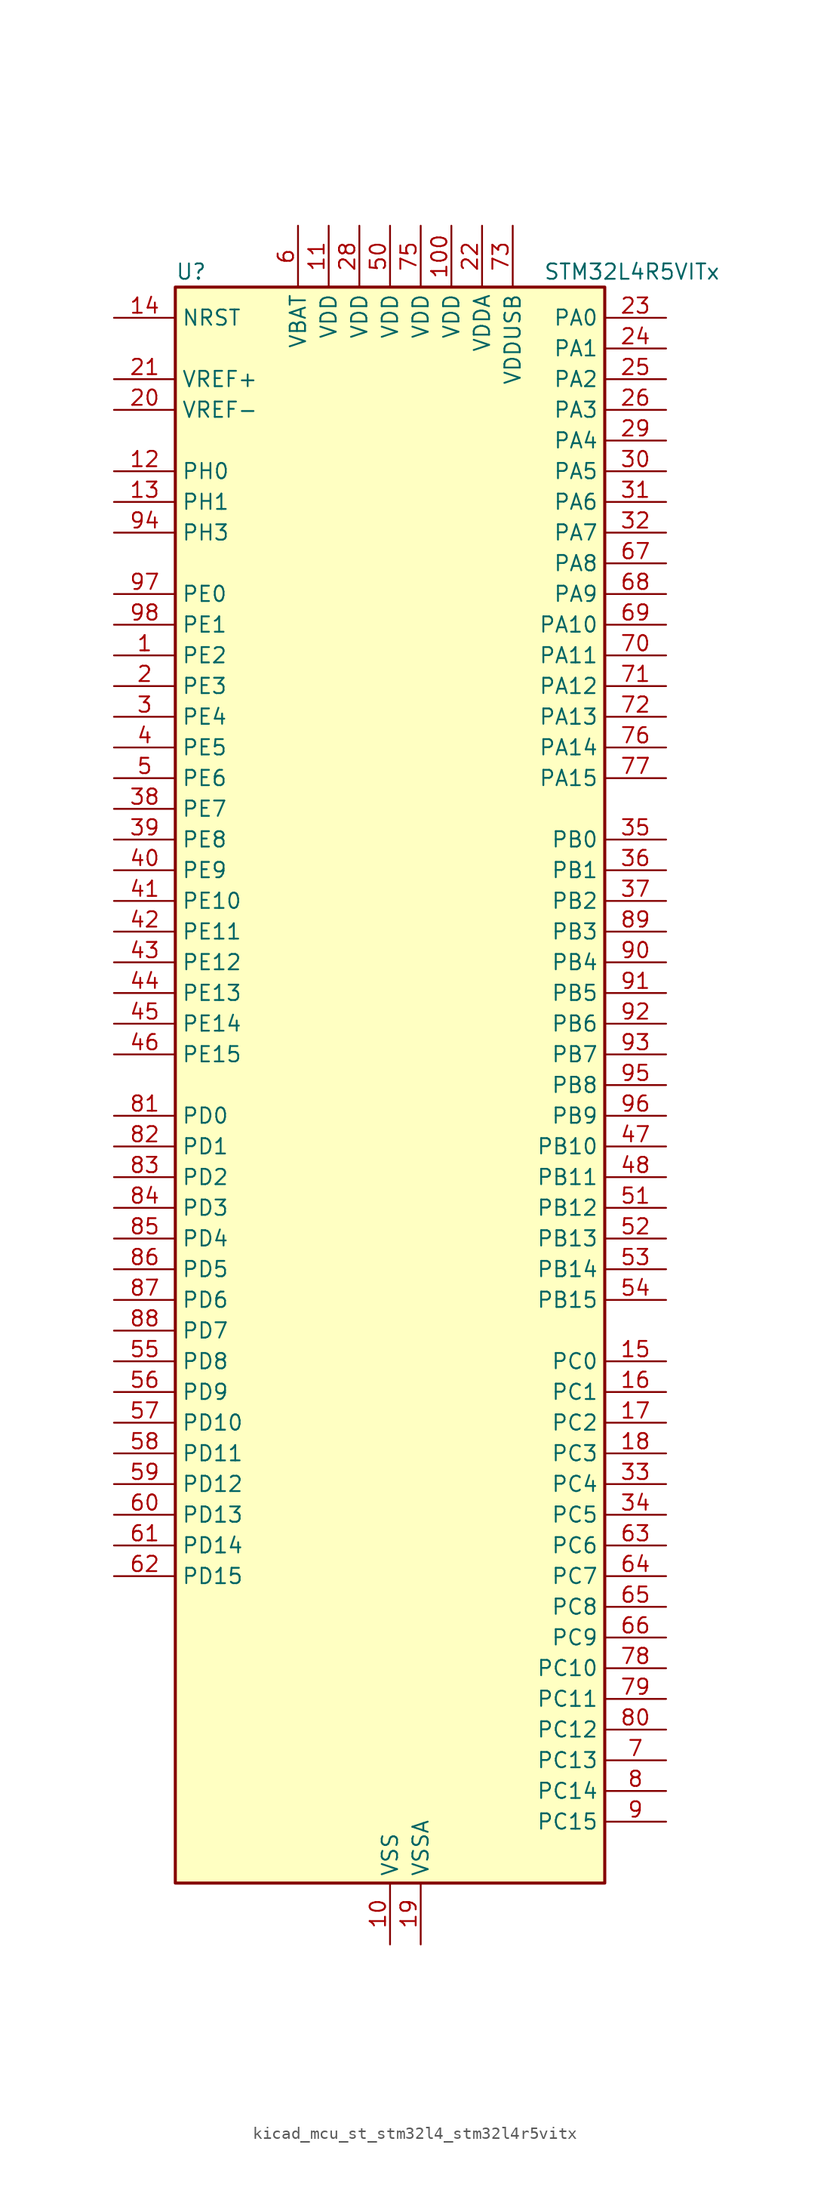
<source format=kicad_sym>
(kicad_symbol_lib
  (version 20220914)
  (generator kicad_symbol_editor)
  (symbol "kicad_mcu_st_stm32l4_stm32l4r5vitx"
    (property "Reference" "U"
      (at -17.78 67.31 0)
      (effects (font (size 1.27 1.27)) (justify left)))
    (property "Value" "STM32L4R5VITx"
      (at 12.7 67.31 0)
      (effects (font (size 1.27 1.27)) (justify left)))
    (property "ki_locked" ""
      (at 0 0 0)
      (effects (font (size 1.27 1.27))))
    (symbol "kicad_mcu_st_stm32l4_stm32l4r5vitx_0_1"
      (rectangle (start -17.78 -66.04) (end 17.78 66.04) (stroke (width 0.254) (type default)) (fill (type background))))
    (symbol "kicad_mcu_st_stm32l4_stm32l4r5vitx_1_1"
      (pin bidirectional line (at -22.86 35.56 0) (length 5.08) (name "PE2" (effects (font (size 1.27 1.27)))) (number "1" (effects (font (size 1.27 1.27)))) (alternate "FMC_A23" bidirectional line) (alternate "SAI1_CK1" bidirectional line) (alternate "SAI1_MCLK_A" bidirectional line) (alternate "SYS_TRACECLK" bidirectional line) (alternate "TIM3_ETR" bidirectional line) (alternate "TSC_G7_IO1" bidirectional line))
      (pin power_in line (at 0 -71.12 90) (length 5.08) (name "VSS" (effects (font (size 1.27 1.27)))) (number "10" (effects (font (size 1.27 1.27)))))
      (pin power_in line (at 5.08 71.12 270) (length 5.08) (name "VDD" (effects (font (size 1.27 1.27)))) (number "100" (effects (font (size 1.27 1.27)))))
      (pin power_in line (at -5.08 71.12 270) (length 5.08) (name "VDD" (effects (font (size 1.27 1.27)))) (number "11" (effects (font (size 1.27 1.27)))))
      (pin bidirectional line (at -22.86 50.8 0) (length 5.08) (name "PH0" (effects (font (size 1.27 1.27)))) (number "12" (effects (font (size 1.27 1.27)))) (alternate "RCC_OSC_IN" bidirectional line))
      (pin bidirectional line (at -22.86 48.26 0) (length 5.08) (name "PH1" (effects (font (size 1.27 1.27)))) (number "13" (effects (font (size 1.27 1.27)))) (alternate "RCC_OSC_OUT" bidirectional line))
      (pin input line (at -22.86 63.5 0) (length 5.08) (name "NRST" (effects (font (size 1.27 1.27)))) (number "14" (effects (font (size 1.27 1.27)))))
      (pin bidirectional line (at 22.86 -22.86 180) (length 5.08) (name "PC0" (effects (font (size 1.27 1.27)))) (number "15" (effects (font (size 1.27 1.27)))) (alternate "ADC1_IN1" bidirectional line) (alternate "DFSDM1_DATIN4" bidirectional line) (alternate "I2C3_SCL" bidirectional line) (alternate "LPTIM1_IN1" bidirectional line) (alternate "LPTIM2_IN1" bidirectional line) (alternate "LPUART1_RX" bidirectional line) (alternate "SAI2_FS_A" bidirectional line))
      (pin bidirectional line (at 22.86 -25.4 180) (length 5.08) (name "PC1" (effects (font (size 1.27 1.27)))) (number "16" (effects (font (size 1.27 1.27)))) (alternate "ADC1_IN2" bidirectional line) (alternate "DFSDM1_CKIN4" bidirectional line) (alternate "I2C3_SDA" bidirectional line) (alternate "LPTIM1_OUT" bidirectional line) (alternate "LPUART1_TX" bidirectional line) (alternate "OCTOSPIM_P1_IO4" bidirectional line) (alternate "SAI1_SD_A" bidirectional line) (alternate "SPI2_MOSI" bidirectional line) (alternate "SYS_TRACED0" bidirectional line))
      (pin bidirectional line (at 22.86 -27.94 180) (length 5.08) (name "PC2" (effects (font (size 1.27 1.27)))) (number "17" (effects (font (size 1.27 1.27)))) (alternate "ADC1_IN3" bidirectional line) (alternate "DFSDM1_CKOUT" bidirectional line) (alternate "LPTIM1_IN2" bidirectional line) (alternate "OCTOSPIM_P1_IO5" bidirectional line) (alternate "SPI2_MISO" bidirectional line))
      (pin bidirectional line (at 22.86 -30.48 180) (length 5.08) (name "PC3" (effects (font (size 1.27 1.27)))) (number "18" (effects (font (size 1.27 1.27)))) (alternate "ADC1_IN4" bidirectional line) (alternate "LPTIM1_ETR" bidirectional line) (alternate "LPTIM2_ETR" bidirectional line) (alternate "OCTOSPIM_P1_IO6" bidirectional line) (alternate "SAI1_D1" bidirectional line) (alternate "SAI1_SD_A" bidirectional line) (alternate "SPI2_MOSI" bidirectional line))
      (pin power_in line (at 2.54 -71.12 90) (length 5.08) (name "VSSA" (effects (font (size 1.27 1.27)))) (number "19" (effects (font (size 1.27 1.27)))))
      (pin bidirectional line (at -22.86 33.02 0) (length 5.08) (name "PE3" (effects (font (size 1.27 1.27)))) (number "2" (effects (font (size 1.27 1.27)))) (alternate "FMC_A19" bidirectional line) (alternate "OCTOSPIM_P1_DQS" bidirectional line) (alternate "SAI1_SD_B" bidirectional line) (alternate "SYS_TRACED0" bidirectional line) (alternate "TIM3_CH1" bidirectional line) (alternate "TSC_G7_IO2" bidirectional line))
      (pin input line (at -22.86 55.88 0) (length 5.08) (name "VREF-" (effects (font (size 1.27 1.27)))) (number "20" (effects (font (size 1.27 1.27)))))
      (pin input line (at -22.86 58.42 0) (length 5.08) (name "VREF+" (effects (font (size 1.27 1.27)))) (number "21" (effects (font (size 1.27 1.27)))) (alternate "VREFBUF_OUT" bidirectional line))
      (pin power_in line (at 7.62 71.12 270) (length 5.08) (name "VDDA" (effects (font (size 1.27 1.27)))) (number "22" (effects (font (size 1.27 1.27)))))
      (pin bidirectional line (at 22.86 63.5 180) (length 5.08) (name "PA0" (effects (font (size 1.27 1.27)))) (number "23" (effects (font (size 1.27 1.27)))) (alternate "ADC1_IN5" bidirectional line) (alternate "OPAMP1_VINP" bidirectional line) (alternate "RTC_TAMP2" bidirectional line) (alternate "SAI1_EXTCLK" bidirectional line) (alternate "SYS_WKUP1" bidirectional line) (alternate "TIM2_CH1" bidirectional line) (alternate "TIM2_ETR" bidirectional line) (alternate "TIM5_CH1" bidirectional line) (alternate "TIM8_ETR" bidirectional line) (alternate "UART4_TX" bidirectional line) (alternate "USART2_CTS" bidirectional line) (alternate "USART2_NSS" bidirectional line))
      (pin bidirectional line (at 22.86 60.96 180) (length 5.08) (name "PA1" (effects (font (size 1.27 1.27)))) (number "24" (effects (font (size 1.27 1.27)))) (alternate "ADC1_IN6" bidirectional line) (alternate "I2C1_SMBA" bidirectional line) (alternate "OCTOSPIM_P1_DQS" bidirectional line) (alternate "OPAMP1_VINM" bidirectional line) (alternate "SPI1_SCK" bidirectional line) (alternate "TIM15_CH1N" bidirectional line) (alternate "TIM2_CH2" bidirectional line) (alternate "TIM5_CH2" bidirectional line) (alternate "UART4_RX" bidirectional line) (alternate "USART2_DE" bidirectional line) (alternate "USART2_RTS" bidirectional line))
      (pin bidirectional line (at 22.86 58.42 180) (length 5.08) (name "PA2" (effects (font (size 1.27 1.27)))) (number "25" (effects (font (size 1.27 1.27)))) (alternate "ADC1_IN7" bidirectional line) (alternate "LPUART1_TX" bidirectional line) (alternate "OCTOSPIM_P1_NCS" bidirectional line) (alternate "RCC_LSCO" bidirectional line) (alternate "SAI2_EXTCLK" bidirectional line) (alternate "SYS_WKUP4" bidirectional line) (alternate "TIM15_CH1" bidirectional line) (alternate "TIM2_CH3" bidirectional line) (alternate "TIM5_CH3" bidirectional line) (alternate "USART2_TX" bidirectional line))
      (pin bidirectional line (at 22.86 55.88 180) (length 5.08) (name "PA3" (effects (font (size 1.27 1.27)))) (number "26" (effects (font (size 1.27 1.27)))) (alternate "ADC1_IN8" bidirectional line) (alternate "LPUART1_RX" bidirectional line) (alternate "OCTOSPIM_P1_CLK" bidirectional line) (alternate "OPAMP1_VOUT" bidirectional line) (alternate "SAI1_CK1" bidirectional line) (alternate "SAI1_MCLK_A" bidirectional line) (alternate "TIM15_CH2" bidirectional line) (alternate "TIM2_CH4" bidirectional line) (alternate "TIM5_CH4" bidirectional line) (alternate "USART2_RX" bidirectional line))
      (pin passive line (at 0 -71.12 90) (length 5.08) hide (name "VSS" (effects (font (size 1.27 1.27)))) (number "27" (effects (font (size 1.27 1.27)))))
      (pin power_in line (at -2.54 71.12 270) (length 5.08) (name "VDD" (effects (font (size 1.27 1.27)))) (number "28" (effects (font (size 1.27 1.27)))))
      (pin bidirectional line (at 22.86 53.34 180) (length 5.08) (name "PA4" (effects (font (size 1.27 1.27)))) (number "29" (effects (font (size 1.27 1.27)))) (alternate "ADC1_IN9" bidirectional line) (alternate "DAC1_OUT1" bidirectional line) (alternate "DCMI_HSYNC" bidirectional line) (alternate "LPTIM2_OUT" bidirectional line) (alternate "OCTOSPIM_P1_NCS" bidirectional line) (alternate "SAI1_FS_B" bidirectional line) (alternate "SPI1_NSS" bidirectional line) (alternate "SPI3_NSS" bidirectional line) (alternate "USART2_CK" bidirectional line))
      (pin bidirectional line (at -22.86 30.48 0) (length 5.08) (name "PE4" (effects (font (size 1.27 1.27)))) (number "3" (effects (font (size 1.27 1.27)))) (alternate "DCMI_D4" bidirectional line) (alternate "DFSDM1_DATIN3" bidirectional line) (alternate "FMC_A20" bidirectional line) (alternate "SAI1_D2" bidirectional line) (alternate "SAI1_FS_A" bidirectional line) (alternate "SYS_TRACED1" bidirectional line) (alternate "TIM3_CH2" bidirectional line) (alternate "TSC_G7_IO3" bidirectional line))
      (pin bidirectional line (at 22.86 50.8 180) (length 5.08) (name "PA5" (effects (font (size 1.27 1.27)))) (number "30" (effects (font (size 1.27 1.27)))) (alternate "ADC1_IN10" bidirectional line) (alternate "DAC1_OUT2" bidirectional line) (alternate "LPTIM2_ETR" bidirectional line) (alternate "SPI1_SCK" bidirectional line) (alternate "TIM2_CH1" bidirectional line) (alternate "TIM2_ETR" bidirectional line) (alternate "TIM8_CH1N" bidirectional line))
      (pin bidirectional line (at 22.86 48.26 180) (length 5.08) (name "PA6" (effects (font (size 1.27 1.27)))) (number "31" (effects (font (size 1.27 1.27)))) (alternate "ADC1_IN11" bidirectional line) (alternate "DCMI_PIXCLK" bidirectional line) (alternate "LPUART1_CTS" bidirectional line) (alternate "OCTOSPIM_P1_IO3" bidirectional line) (alternate "OPAMP2_VINP" bidirectional line) (alternate "SPI1_MISO" bidirectional line) (alternate "TIM16_CH1" bidirectional line) (alternate "TIM1_BKIN" bidirectional line) (alternate "TIM3_CH1" bidirectional line) (alternate "TIM8_BKIN" bidirectional line) (alternate "USART3_CTS" bidirectional line) (alternate "USART3_NSS" bidirectional line))
      (pin bidirectional line (at 22.86 45.72 180) (length 5.08) (name "PA7" (effects (font (size 1.27 1.27)))) (number "32" (effects (font (size 1.27 1.27)))) (alternate "ADC1_IN12" bidirectional line) (alternate "I2C3_SCL" bidirectional line) (alternate "OCTOSPIM_P1_IO2" bidirectional line) (alternate "OPAMP2_VINM" bidirectional line) (alternate "SPI1_MOSI" bidirectional line) (alternate "TIM17_CH1" bidirectional line) (alternate "TIM1_CH1N" bidirectional line) (alternate "TIM3_CH2" bidirectional line) (alternate "TIM8_CH1N" bidirectional line))
      (pin bidirectional line (at 22.86 -33.02 180) (length 5.08) (name "PC4" (effects (font (size 1.27 1.27)))) (number "33" (effects (font (size 1.27 1.27)))) (alternate "ADC1_IN13" bidirectional line) (alternate "COMP1_INM" bidirectional line) (alternate "OCTOSPIM_P1_IO7" bidirectional line) (alternate "USART3_TX" bidirectional line))
      (pin bidirectional line (at 22.86 -35.56 180) (length 5.08) (name "PC5" (effects (font (size 1.27 1.27)))) (number "34" (effects (font (size 1.27 1.27)))) (alternate "ADC1_IN14" bidirectional line) (alternate "COMP1_INP" bidirectional line) (alternate "SAI1_D3" bidirectional line) (alternate "SYS_WKUP5" bidirectional line) (alternate "USART3_RX" bidirectional line))
      (pin bidirectional line (at 22.86 20.32 180) (length 5.08) (name "PB0" (effects (font (size 1.27 1.27)))) (number "35" (effects (font (size 1.27 1.27)))) (alternate "ADC1_IN15" bidirectional line) (alternate "COMP1_OUT" bidirectional line) (alternate "OCTOSPIM_P1_IO1" bidirectional line) (alternate "OPAMP2_VOUT" bidirectional line) (alternate "SAI1_EXTCLK" bidirectional line) (alternate "SPI1_NSS" bidirectional line) (alternate "TIM1_CH2N" bidirectional line) (alternate "TIM3_CH3" bidirectional line) (alternate "TIM8_CH2N" bidirectional line) (alternate "USART3_CK" bidirectional line))
      (pin bidirectional line (at 22.86 17.78 180) (length 5.08) (name "PB1" (effects (font (size 1.27 1.27)))) (number "36" (effects (font (size 1.27 1.27)))) (alternate "ADC1_IN16" bidirectional line) (alternate "COMP1_INM" bidirectional line) (alternate "DFSDM1_DATIN0" bidirectional line) (alternate "LPTIM2_IN1" bidirectional line) (alternate "LPUART1_DE" bidirectional line) (alternate "LPUART1_RTS" bidirectional line) (alternate "OCTOSPIM_P1_IO0" bidirectional line) (alternate "TIM1_CH3N" bidirectional line) (alternate "TIM3_CH4" bidirectional line) (alternate "TIM8_CH3N" bidirectional line) (alternate "USART3_DE" bidirectional line) (alternate "USART3_RTS" bidirectional line))
      (pin bidirectional line (at 22.86 15.24 180) (length 5.08) (name "PB2" (effects (font (size 1.27 1.27)))) (number "37" (effects (font (size 1.27 1.27)))) (alternate "COMP1_INP" bidirectional line) (alternate "DFSDM1_CKIN0" bidirectional line) (alternate "I2C3_SMBA" bidirectional line) (alternate "LPTIM1_OUT" bidirectional line) (alternate "OCTOSPIM_P1_DQS" bidirectional line) (alternate "RTC_OUT_ALARM" bidirectional line) (alternate "RTC_OUT_CALIB" bidirectional line))
      (pin bidirectional line (at -22.86 22.86 0) (length 5.08) (name "PE7" (effects (font (size 1.27 1.27)))) (number "38" (effects (font (size 1.27 1.27)))) (alternate "DFSDM1_DATIN2" bidirectional line) (alternate "FMC_D4" bidirectional line) (alternate "FMC_DA4" bidirectional line) (alternate "SAI1_SD_B" bidirectional line) (alternate "TIM1_ETR" bidirectional line))
      (pin bidirectional line (at -22.86 20.32 0) (length 5.08) (name "PE8" (effects (font (size 1.27 1.27)))) (number "39" (effects (font (size 1.27 1.27)))) (alternate "DFSDM1_CKIN2" bidirectional line) (alternate "FMC_D5" bidirectional line) (alternate "FMC_DA5" bidirectional line) (alternate "SAI1_SCK_B" bidirectional line) (alternate "TIM1_CH1N" bidirectional line))
      (pin bidirectional line (at -22.86 27.94 0) (length 5.08) (name "PE5" (effects (font (size 1.27 1.27)))) (number "4" (effects (font (size 1.27 1.27)))) (alternate "DCMI_D6" bidirectional line) (alternate "DFSDM1_CKIN3" bidirectional line) (alternate "FMC_A21" bidirectional line) (alternate "SAI1_CK2" bidirectional line) (alternate "SAI1_SCK_A" bidirectional line) (alternate "SYS_TRACED2" bidirectional line) (alternate "TIM3_CH3" bidirectional line) (alternate "TSC_G7_IO4" bidirectional line))
      (pin bidirectional line (at -22.86 17.78 0) (length 5.08) (name "PE9" (effects (font (size 1.27 1.27)))) (number "40" (effects (font (size 1.27 1.27)))) (alternate "DAC1_EXTI9" bidirectional line) (alternate "DFSDM1_CKOUT" bidirectional line) (alternate "FMC_D6" bidirectional line) (alternate "FMC_DA6" bidirectional line) (alternate "SAI1_FS_B" bidirectional line) (alternate "TIM1_CH1" bidirectional line))
      (pin bidirectional line (at -22.86 15.24 0) (length 5.08) (name "PE10" (effects (font (size 1.27 1.27)))) (number "41" (effects (font (size 1.27 1.27)))) (alternate "DFSDM1_DATIN4" bidirectional line) (alternate "FMC_D7" bidirectional line) (alternate "FMC_DA7" bidirectional line) (alternate "OCTOSPIM_P1_CLK" bidirectional line) (alternate "SAI1_MCLK_B" bidirectional line) (alternate "TIM1_CH2N" bidirectional line) (alternate "TSC_G5_IO1" bidirectional line))
      (pin bidirectional line (at -22.86 12.7 0) (length 5.08) (name "PE11" (effects (font (size 1.27 1.27)))) (number "42" (effects (font (size 1.27 1.27)))) (alternate "ADC1_EXTI11" bidirectional line) (alternate "DFSDM1_CKIN4" bidirectional line) (alternate "FMC_D8" bidirectional line) (alternate "FMC_DA8" bidirectional line) (alternate "OCTOSPIM_P1_NCS" bidirectional line) (alternate "TIM1_CH2" bidirectional line) (alternate "TSC_G5_IO2" bidirectional line))
      (pin bidirectional line (at -22.86 10.16 0) (length 5.08) (name "PE12" (effects (font (size 1.27 1.27)))) (number "43" (effects (font (size 1.27 1.27)))) (alternate "DFSDM1_DATIN5" bidirectional line) (alternate "FMC_D9" bidirectional line) (alternate "FMC_DA9" bidirectional line) (alternate "OCTOSPIM_P1_IO0" bidirectional line) (alternate "SPI1_NSS" bidirectional line) (alternate "TIM1_CH3N" bidirectional line) (alternate "TSC_G5_IO3" bidirectional line))
      (pin bidirectional line (at -22.86 7.62 0) (length 5.08) (name "PE13" (effects (font (size 1.27 1.27)))) (number "44" (effects (font (size 1.27 1.27)))) (alternate "DFSDM1_CKIN5" bidirectional line) (alternate "FMC_D10" bidirectional line) (alternate "FMC_DA10" bidirectional line) (alternate "OCTOSPIM_P1_IO1" bidirectional line) (alternate "SPI1_SCK" bidirectional line) (alternate "TIM1_CH3" bidirectional line) (alternate "TSC_G5_IO4" bidirectional line))
      (pin bidirectional line (at -22.86 5.08 0) (length 5.08) (name "PE14" (effects (font (size 1.27 1.27)))) (number "45" (effects (font (size 1.27 1.27)))) (alternate "FMC_D11" bidirectional line) (alternate "FMC_DA11" bidirectional line) (alternate "OCTOSPIM_P1_IO2" bidirectional line) (alternate "SPI1_MISO" bidirectional line) (alternate "TIM1_BKIN2" bidirectional line) (alternate "TIM1_CH4" bidirectional line))
      (pin bidirectional line (at -22.86 2.54 0) (length 5.08) (name "PE15" (effects (font (size 1.27 1.27)))) (number "46" (effects (font (size 1.27 1.27)))) (alternate "ADC1_EXTI15" bidirectional line) (alternate "FMC_D12" bidirectional line) (alternate "FMC_DA12" bidirectional line) (alternate "OCTOSPIM_P1_IO3" bidirectional line) (alternate "SPI1_MOSI" bidirectional line) (alternate "TIM1_BKIN" bidirectional line))
      (pin bidirectional line (at 22.86 -5.08 180) (length 5.08) (name "PB10" (effects (font (size 1.27 1.27)))) (number "47" (effects (font (size 1.27 1.27)))) (alternate "COMP1_OUT" bidirectional line) (alternate "DFSDM1_DATIN7" bidirectional line) (alternate "I2C2_SCL" bidirectional line) (alternate "I2C4_SCL" bidirectional line) (alternate "LPUART1_RX" bidirectional line) (alternate "OCTOSPIM_P1_CLK" bidirectional line) (alternate "SAI1_SCK_A" bidirectional line) (alternate "SPI2_SCK" bidirectional line) (alternate "TIM2_CH3" bidirectional line) (alternate "TSC_SYNC" bidirectional line) (alternate "USART3_TX" bidirectional line))
      (pin bidirectional line (at 22.86 -7.62 180) (length 5.08) (name "PB11" (effects (font (size 1.27 1.27)))) (number "48" (effects (font (size 1.27 1.27)))) (alternate "ADC1_EXTI11" bidirectional line) (alternate "COMP2_OUT" bidirectional line) (alternate "DFSDM1_CKIN7" bidirectional line) (alternate "I2C2_SDA" bidirectional line) (alternate "I2C4_SDA" bidirectional line) (alternate "LPUART1_TX" bidirectional line) (alternate "OCTOSPIM_P1_NCS" bidirectional line) (alternate "TIM2_CH4" bidirectional line) (alternate "USART3_RX" bidirectional line))
      (pin passive line (at 0 -71.12 90) (length 5.08) hide (name "VSS" (effects (font (size 1.27 1.27)))) (number "49" (effects (font (size 1.27 1.27)))))
      (pin bidirectional line (at -22.86 25.4 0) (length 5.08) (name "PE6" (effects (font (size 1.27 1.27)))) (number "5" (effects (font (size 1.27 1.27)))) (alternate "DCMI_D7" bidirectional line) (alternate "FMC_A22" bidirectional line) (alternate "RTC_TAMP3" bidirectional line) (alternate "SAI1_D1" bidirectional line) (alternate "SAI1_SD_A" bidirectional line) (alternate "SYS_TRACED3" bidirectional line) (alternate "SYS_WKUP3" bidirectional line) (alternate "TIM3_CH4" bidirectional line))
      (pin power_in line (at 0 71.12 270) (length 5.08) (name "VDD" (effects (font (size 1.27 1.27)))) (number "50" (effects (font (size 1.27 1.27)))))
      (pin bidirectional line (at 22.86 -10.16 180) (length 5.08) (name "PB12" (effects (font (size 1.27 1.27)))) (number "51" (effects (font (size 1.27 1.27)))) (alternate "DFSDM1_DATIN1" bidirectional line) (alternate "I2C2_SMBA" bidirectional line) (alternate "LPUART1_DE" bidirectional line) (alternate "LPUART1_RTS" bidirectional line) (alternate "SAI2_FS_A" bidirectional line) (alternate "SPI2_NSS" bidirectional line) (alternate "TIM15_BKIN" bidirectional line) (alternate "TIM1_BKIN" bidirectional line) (alternate "TSC_G1_IO1" bidirectional line) (alternate "USART3_CK" bidirectional line))
      (pin bidirectional line (at 22.86 -12.7 180) (length 5.08) (name "PB13" (effects (font (size 1.27 1.27)))) (number "52" (effects (font (size 1.27 1.27)))) (alternate "DFSDM1_CKIN1" bidirectional line) (alternate "I2C2_SCL" bidirectional line) (alternate "LPUART1_CTS" bidirectional line) (alternate "SAI2_SCK_A" bidirectional line) (alternate "SPI2_SCK" bidirectional line) (alternate "TIM15_CH1N" bidirectional line) (alternate "TIM1_CH1N" bidirectional line) (alternate "TSC_G1_IO2" bidirectional line) (alternate "USART3_CTS" bidirectional line) (alternate "USART3_NSS" bidirectional line))
      (pin bidirectional line (at 22.86 -15.24 180) (length 5.08) (name "PB14" (effects (font (size 1.27 1.27)))) (number "53" (effects (font (size 1.27 1.27)))) (alternate "DFSDM1_DATIN2" bidirectional line) (alternate "I2C2_SDA" bidirectional line) (alternate "SAI2_MCLK_A" bidirectional line) (alternate "SPI2_MISO" bidirectional line) (alternate "TIM15_CH1" bidirectional line) (alternate "TIM1_CH2N" bidirectional line) (alternate "TIM8_CH2N" bidirectional line) (alternate "TSC_G1_IO3" bidirectional line) (alternate "USART3_DE" bidirectional line) (alternate "USART3_RTS" bidirectional line))
      (pin bidirectional line (at 22.86 -17.78 180) (length 5.08) (name "PB15" (effects (font (size 1.27 1.27)))) (number "54" (effects (font (size 1.27 1.27)))) (alternate "ADC1_EXTI15" bidirectional line) (alternate "DFSDM1_CKIN2" bidirectional line) (alternate "RTC_REFIN" bidirectional line) (alternate "SAI2_SD_A" bidirectional line) (alternate "SPI2_MOSI" bidirectional line) (alternate "TIM15_CH2" bidirectional line) (alternate "TIM1_CH3N" bidirectional line) (alternate "TIM8_CH3N" bidirectional line) (alternate "TSC_G1_IO4" bidirectional line))
      (pin bidirectional line (at -22.86 -22.86 0) (length 5.08) (name "PD8" (effects (font (size 1.27 1.27)))) (number "55" (effects (font (size 1.27 1.27)))) (alternate "DCMI_HSYNC" bidirectional line) (alternate "FMC_D13" bidirectional line) (alternate "FMC_DA13" bidirectional line) (alternate "USART3_TX" bidirectional line))
      (pin bidirectional line (at -22.86 -25.4 0) (length 5.08) (name "PD9" (effects (font (size 1.27 1.27)))) (number "56" (effects (font (size 1.27 1.27)))) (alternate "DAC1_EXTI9" bidirectional line) (alternate "DCMI_PIXCLK" bidirectional line) (alternate "FMC_D14" bidirectional line) (alternate "FMC_DA14" bidirectional line) (alternate "SAI2_MCLK_A" bidirectional line) (alternate "USART3_RX" bidirectional line))
      (pin bidirectional line (at -22.86 -27.94 0) (length 5.08) (name "PD10" (effects (font (size 1.27 1.27)))) (number "57" (effects (font (size 1.27 1.27)))) (alternate "FMC_D15" bidirectional line) (alternate "FMC_DA15" bidirectional line) (alternate "SAI2_SCK_A" bidirectional line) (alternate "TSC_G6_IO1" bidirectional line) (alternate "USART3_CK" bidirectional line))
      (pin bidirectional line (at -22.86 -30.48 0) (length 5.08) (name "PD11" (effects (font (size 1.27 1.27)))) (number "58" (effects (font (size 1.27 1.27)))) (alternate "ADC1_EXTI11" bidirectional line) (alternate "FMC_A16" bidirectional line) (alternate "FMC_CLE" bidirectional line) (alternate "I2C4_SMBA" bidirectional line) (alternate "LPTIM2_ETR" bidirectional line) (alternate "SAI2_SD_A" bidirectional line) (alternate "TSC_G6_IO2" bidirectional line) (alternate "USART3_CTS" bidirectional line) (alternate "USART3_NSS" bidirectional line))
      (pin bidirectional line (at -22.86 -33.02 0) (length 5.08) (name "PD12" (effects (font (size 1.27 1.27)))) (number "59" (effects (font (size 1.27 1.27)))) (alternate "FMC_A17" bidirectional line) (alternate "FMC_ALE" bidirectional line) (alternate "I2C4_SCL" bidirectional line) (alternate "LPTIM2_IN1" bidirectional line) (alternate "SAI2_FS_A" bidirectional line) (alternate "TIM4_CH1" bidirectional line) (alternate "TSC_G6_IO3" bidirectional line) (alternate "USART3_DE" bidirectional line) (alternate "USART3_RTS" bidirectional line))
      (pin power_in line (at -7.62 71.12 270) (length 5.08) (name "VBAT" (effects (font (size 1.27 1.27)))) (number "6" (effects (font (size 1.27 1.27)))))
      (pin bidirectional line (at -22.86 -35.56 0) (length 5.08) (name "PD13" (effects (font (size 1.27 1.27)))) (number "60" (effects (font (size 1.27 1.27)))) (alternate "FMC_A18" bidirectional line) (alternate "I2C4_SDA" bidirectional line) (alternate "LPTIM2_OUT" bidirectional line) (alternate "TIM4_CH2" bidirectional line) (alternate "TSC_G6_IO4" bidirectional line))
      (pin bidirectional line (at -22.86 -38.1 0) (length 5.08) (name "PD14" (effects (font (size 1.27 1.27)))) (number "61" (effects (font (size 1.27 1.27)))) (alternate "FMC_D0" bidirectional line) (alternate "FMC_DA0" bidirectional line) (alternate "TIM4_CH3" bidirectional line))
      (pin bidirectional line (at -22.86 -40.64 0) (length 5.08) (name "PD15" (effects (font (size 1.27 1.27)))) (number "62" (effects (font (size 1.27 1.27)))) (alternate "ADC1_EXTI15" bidirectional line) (alternate "FMC_D1" bidirectional line) (alternate "FMC_DA1" bidirectional line) (alternate "TIM4_CH4" bidirectional line))
      (pin bidirectional line (at 22.86 -38.1 180) (length 5.08) (name "PC6" (effects (font (size 1.27 1.27)))) (number "63" (effects (font (size 1.27 1.27)))) (alternate "DCMI_D0" bidirectional line) (alternate "DFSDM1_CKIN3" bidirectional line) (alternate "SAI2_MCLK_A" bidirectional line) (alternate "SDMMC1_D0DIR" bidirectional line) (alternate "SDMMC1_D6" bidirectional line) (alternate "TIM3_CH1" bidirectional line) (alternate "TIM8_CH1" bidirectional line) (alternate "TSC_G4_IO1" bidirectional line))
      (pin bidirectional line (at 22.86 -40.64 180) (length 5.08) (name "PC7" (effects (font (size 1.27 1.27)))) (number "64" (effects (font (size 1.27 1.27)))) (alternate "DCMI_D1" bidirectional line) (alternate "DFSDM1_DATIN3" bidirectional line) (alternate "SAI2_MCLK_B" bidirectional line) (alternate "SDMMC1_D123DIR" bidirectional line) (alternate "SDMMC1_D7" bidirectional line) (alternate "TIM3_CH2" bidirectional line) (alternate "TIM8_CH2" bidirectional line) (alternate "TSC_G4_IO2" bidirectional line))
      (pin bidirectional line (at 22.86 -43.18 180) (length 5.08) (name "PC8" (effects (font (size 1.27 1.27)))) (number "65" (effects (font (size 1.27 1.27)))) (alternate "DCMI_D2" bidirectional line) (alternate "SDMMC1_D0" bidirectional line) (alternate "TIM3_CH3" bidirectional line) (alternate "TIM8_CH3" bidirectional line) (alternate "TSC_G4_IO3" bidirectional line))
      (pin bidirectional line (at 22.86 -45.72 180) (length 5.08) (name "PC9" (effects (font (size 1.27 1.27)))) (number "66" (effects (font (size 1.27 1.27)))) (alternate "DAC1_EXTI9" bidirectional line) (alternate "DCMI_D3" bidirectional line) (alternate "I2C3_SDA" bidirectional line) (alternate "SAI2_EXTCLK" bidirectional line) (alternate "SDMMC1_D1" bidirectional line) (alternate "SYS_TRACED0" bidirectional line) (alternate "TIM3_CH4" bidirectional line) (alternate "TIM8_BKIN2" bidirectional line) (alternate "TIM8_CH4" bidirectional line) (alternate "TSC_G4_IO4" bidirectional line) (alternate "USB_OTG_FS_NOE" bidirectional line))
      (pin bidirectional line (at 22.86 43.18 180) (length 5.08) (name "PA8" (effects (font (size 1.27 1.27)))) (number "67" (effects (font (size 1.27 1.27)))) (alternate "LPTIM2_OUT" bidirectional line) (alternate "RCC_MCO" bidirectional line) (alternate "SAI1_CK2" bidirectional line) (alternate "SAI1_SCK_A" bidirectional line) (alternate "TIM1_CH1" bidirectional line) (alternate "USART1_CK" bidirectional line) (alternate "USB_OTG_FS_SOF" bidirectional line))
      (pin bidirectional line (at 22.86 40.64 180) (length 5.08) (name "PA9" (effects (font (size 1.27 1.27)))) (number "68" (effects (font (size 1.27 1.27)))) (alternate "DAC1_EXTI9" bidirectional line) (alternate "DCMI_D0" bidirectional line) (alternate "SAI1_FS_A" bidirectional line) (alternate "SPI2_SCK" bidirectional line) (alternate "TIM15_BKIN" bidirectional line) (alternate "TIM1_CH2" bidirectional line) (alternate "USART1_TX" bidirectional line) (alternate "USB_OTG_FS_VBUS" bidirectional line))
      (pin bidirectional line (at 22.86 38.1 180) (length 5.08) (name "PA10" (effects (font (size 1.27 1.27)))) (number "69" (effects (font (size 1.27 1.27)))) (alternate "DCMI_D1" bidirectional line) (alternate "SAI1_D1" bidirectional line) (alternate "SAI1_SD_A" bidirectional line) (alternate "TIM17_BKIN" bidirectional line) (alternate "TIM1_CH3" bidirectional line) (alternate "USART1_RX" bidirectional line) (alternate "USB_OTG_FS_ID" bidirectional line))
      (pin bidirectional line (at 22.86 -55.88 180) (length 5.08) (name "PC13" (effects (font (size 1.27 1.27)))) (number "7" (effects (font (size 1.27 1.27)))) (alternate "RTC_OUT_ALARM" bidirectional line) (alternate "RTC_OUT_CALIB" bidirectional line) (alternate "RTC_TAMP1" bidirectional line) (alternate "RTC_TS" bidirectional line) (alternate "SYS_WKUP2" bidirectional line))
      (pin bidirectional line (at 22.86 35.56 180) (length 5.08) (name "PA11" (effects (font (size 1.27 1.27)))) (number "70" (effects (font (size 1.27 1.27)))) (alternate "ADC1_EXTI11" bidirectional line) (alternate "CAN1_RX" bidirectional line) (alternate "SPI1_MISO" bidirectional line) (alternate "TIM1_BKIN2" bidirectional line) (alternate "TIM1_CH4" bidirectional line) (alternate "USART1_CTS" bidirectional line) (alternate "USART1_NSS" bidirectional line) (alternate "USB_OTG_FS_DM" bidirectional line))
      (pin bidirectional line (at 22.86 33.02 180) (length 5.08) (name "PA12" (effects (font (size 1.27 1.27)))) (number "71" (effects (font (size 1.27 1.27)))) (alternate "CAN1_TX" bidirectional line) (alternate "SPI1_MOSI" bidirectional line) (alternate "TIM1_ETR" bidirectional line) (alternate "USART1_DE" bidirectional line) (alternate "USART1_RTS" bidirectional line) (alternate "USB_OTG_FS_DP" bidirectional line))
      (pin bidirectional line (at 22.86 30.48 180) (length 5.08) (name "PA13" (effects (font (size 1.27 1.27)))) (number "72" (effects (font (size 1.27 1.27)))) (alternate "IR_OUT" bidirectional line) (alternate "SAI1_SD_B" bidirectional line) (alternate "SYS_JTMS-SWDIO" bidirectional line) (alternate "USB_OTG_FS_NOE" bidirectional line))
      (pin power_in line (at 10.16 71.12 270) (length 5.08) (name "VDDUSB" (effects (font (size 1.27 1.27)))) (number "73" (effects (font (size 1.27 1.27)))))
      (pin passive line (at 0 -71.12 90) (length 5.08) hide (name "VSS" (effects (font (size 1.27 1.27)))) (number "74" (effects (font (size 1.27 1.27)))))
      (pin power_in line (at 2.54 71.12 270) (length 5.08) (name "VDD" (effects (font (size 1.27 1.27)))) (number "75" (effects (font (size 1.27 1.27)))))
      (pin bidirectional line (at 22.86 27.94 180) (length 5.08) (name "PA14" (effects (font (size 1.27 1.27)))) (number "76" (effects (font (size 1.27 1.27)))) (alternate "I2C1_SMBA" bidirectional line) (alternate "I2C4_SMBA" bidirectional line) (alternate "LPTIM1_OUT" bidirectional line) (alternate "SAI1_FS_B" bidirectional line) (alternate "SYS_JTCK-SWCLK" bidirectional line) (alternate "USB_OTG_FS_SOF" bidirectional line))
      (pin bidirectional line (at 22.86 25.4 180) (length 5.08) (name "PA15" (effects (font (size 1.27 1.27)))) (number "77" (effects (font (size 1.27 1.27)))) (alternate "ADC1_EXTI15" bidirectional line) (alternate "SAI2_FS_B" bidirectional line) (alternate "SPI1_NSS" bidirectional line) (alternate "SPI3_NSS" bidirectional line) (alternate "SYS_JTDI" bidirectional line) (alternate "TIM2_CH1" bidirectional line) (alternate "TIM2_ETR" bidirectional line) (alternate "TSC_G3_IO1" bidirectional line) (alternate "UART4_DE" bidirectional line) (alternate "UART4_RTS" bidirectional line) (alternate "USART2_RX" bidirectional line) (alternate "USART3_DE" bidirectional line) (alternate "USART3_RTS" bidirectional line))
      (pin bidirectional line (at 22.86 -48.26 180) (length 5.08) (name "PC10" (effects (font (size 1.27 1.27)))) (number "78" (effects (font (size 1.27 1.27)))) (alternate "DCMI_D8" bidirectional line) (alternate "SAI2_SCK_B" bidirectional line) (alternate "SDMMC1_D2" bidirectional line) (alternate "SPI3_SCK" bidirectional line) (alternate "SYS_TRACED1" bidirectional line) (alternate "TSC_G3_IO2" bidirectional line) (alternate "UART4_TX" bidirectional line) (alternate "USART3_TX" bidirectional line))
      (pin bidirectional line (at 22.86 -50.8 180) (length 5.08) (name "PC11" (effects (font (size 1.27 1.27)))) (number "79" (effects (font (size 1.27 1.27)))) (alternate "ADC1_EXTI11" bidirectional line) (alternate "DCMI_D2" bidirectional line) (alternate "DCMI_D4" bidirectional line) (alternate "OCTOSPIM_P1_NCS" bidirectional line) (alternate "SAI2_MCLK_B" bidirectional line) (alternate "SDMMC1_D3" bidirectional line) (alternate "SPI3_MISO" bidirectional line) (alternate "TSC_G3_IO3" bidirectional line) (alternate "UART4_RX" bidirectional line) (alternate "USART3_RX" bidirectional line))
      (pin bidirectional line (at 22.86 -58.42 180) (length 5.08) (name "PC14" (effects (font (size 1.27 1.27)))) (number "8" (effects (font (size 1.27 1.27)))) (alternate "RCC_OSC32_IN" bidirectional line))
      (pin bidirectional line (at 22.86 -53.34 180) (length 5.08) (name "PC12" (effects (font (size 1.27 1.27)))) (number "80" (effects (font (size 1.27 1.27)))) (alternate "DCMI_D9" bidirectional line) (alternate "SAI2_SD_B" bidirectional line) (alternate "SDMMC1_CK" bidirectional line) (alternate "SPI3_MOSI" bidirectional line) (alternate "SYS_TRACED3" bidirectional line) (alternate "TSC_G3_IO4" bidirectional line) (alternate "UART5_TX" bidirectional line) (alternate "USART3_CK" bidirectional line))
      (pin bidirectional line (at -22.86 -2.54 0) (length 5.08) (name "PD0" (effects (font (size 1.27 1.27)))) (number "81" (effects (font (size 1.27 1.27)))) (alternate "CAN1_RX" bidirectional line) (alternate "DFSDM1_DATIN7" bidirectional line) (alternate "FMC_D2" bidirectional line) (alternate "FMC_DA2" bidirectional line) (alternate "SPI2_NSS" bidirectional line))
      (pin bidirectional line (at -22.86 -5.08 0) (length 5.08) (name "PD1" (effects (font (size 1.27 1.27)))) (number "82" (effects (font (size 1.27 1.27)))) (alternate "CAN1_TX" bidirectional line) (alternate "DFSDM1_CKIN7" bidirectional line) (alternate "FMC_D3" bidirectional line) (alternate "FMC_DA3" bidirectional line) (alternate "SPI2_SCK" bidirectional line))
      (pin bidirectional line (at -22.86 -7.62 0) (length 5.08) (name "PD2" (effects (font (size 1.27 1.27)))) (number "83" (effects (font (size 1.27 1.27)))) (alternate "DCMI_D11" bidirectional line) (alternate "SDMMC1_CMD" bidirectional line) (alternate "SYS_TRACED2" bidirectional line) (alternate "TIM3_ETR" bidirectional line) (alternate "TSC_SYNC" bidirectional line) (alternate "UART5_RX" bidirectional line) (alternate "USART3_DE" bidirectional line) (alternate "USART3_RTS" bidirectional line))
      (pin bidirectional line (at -22.86 -10.16 0) (length 5.08) (name "PD3" (effects (font (size 1.27 1.27)))) (number "84" (effects (font (size 1.27 1.27)))) (alternate "DCMI_D5" bidirectional line) (alternate "DFSDM1_DATIN0" bidirectional line) (alternate "FMC_CLK" bidirectional line) (alternate "OCTOSPIM_P2_NCS" bidirectional line) (alternate "SPI2_MISO" bidirectional line) (alternate "SPI2_SCK" bidirectional line) (alternate "USART2_CTS" bidirectional line) (alternate "USART2_NSS" bidirectional line))
      (pin bidirectional line (at -22.86 -12.7 0) (length 5.08) (name "PD4" (effects (font (size 1.27 1.27)))) (number "85" (effects (font (size 1.27 1.27)))) (alternate "DFSDM1_CKIN0" bidirectional line) (alternate "FMC_NOE" bidirectional line) (alternate "OCTOSPIM_P1_IO4" bidirectional line) (alternate "SPI2_MOSI" bidirectional line) (alternate "USART2_DE" bidirectional line) (alternate "USART2_RTS" bidirectional line))
      (pin bidirectional line (at -22.86 -15.24 0) (length 5.08) (name "PD5" (effects (font (size 1.27 1.27)))) (number "86" (effects (font (size 1.27 1.27)))) (alternate "FMC_NWE" bidirectional line) (alternate "OCTOSPIM_P1_IO5" bidirectional line) (alternate "USART2_TX" bidirectional line))
      (pin bidirectional line (at -22.86 -17.78 0) (length 5.08) (name "PD6" (effects (font (size 1.27 1.27)))) (number "87" (effects (font (size 1.27 1.27)))) (alternate "DCMI_D10" bidirectional line) (alternate "DFSDM1_DATIN1" bidirectional line) (alternate "FMC_NWAIT" bidirectional line) (alternate "OCTOSPIM_P1_IO6" bidirectional line) (alternate "SAI1_D1" bidirectional line) (alternate "SAI1_SD_A" bidirectional line) (alternate "SPI3_MOSI" bidirectional line) (alternate "USART2_RX" bidirectional line))
      (pin bidirectional line (at -22.86 -20.32 0) (length 5.08) (name "PD7" (effects (font (size 1.27 1.27)))) (number "88" (effects (font (size 1.27 1.27)))) (alternate "DFSDM1_CKIN1" bidirectional line) (alternate "FMC_NCE" bidirectional line) (alternate "FMC_NE1" bidirectional line) (alternate "OCTOSPIM_P1_IO7" bidirectional line) (alternate "USART2_CK" bidirectional line))
      (pin bidirectional line (at 22.86 12.7 180) (length 5.08) (name "PB3" (effects (font (size 1.27 1.27)))) (number "89" (effects (font (size 1.27 1.27)))) (alternate "COMP2_INM" bidirectional line) (alternate "CRS_SYNC" bidirectional line) (alternate "SAI1_SCK_B" bidirectional line) (alternate "SPI1_SCK" bidirectional line) (alternate "SPI3_SCK" bidirectional line) (alternate "SYS_JTDO-SWO" bidirectional line) (alternate "TIM2_CH2" bidirectional line) (alternate "USART1_DE" bidirectional line) (alternate "USART1_RTS" bidirectional line))
      (pin bidirectional line (at 22.86 -60.96 180) (length 5.08) (name "PC15" (effects (font (size 1.27 1.27)))) (number "9" (effects (font (size 1.27 1.27)))) (alternate "ADC1_EXTI15" bidirectional line) (alternate "RCC_OSC32_OUT" bidirectional line))
      (pin bidirectional line (at 22.86 10.16 180) (length 5.08) (name "PB4" (effects (font (size 1.27 1.27)))) (number "90" (effects (font (size 1.27 1.27)))) (alternate "COMP2_INP" bidirectional line) (alternate "DCMI_D12" bidirectional line) (alternate "I2C3_SDA" bidirectional line) (alternate "SAI1_MCLK_B" bidirectional line) (alternate "SPI1_MISO" bidirectional line) (alternate "SPI3_MISO" bidirectional line) (alternate "SYS_JTRST" bidirectional line) (alternate "TIM17_BKIN" bidirectional line) (alternate "TIM3_CH1" bidirectional line) (alternate "TSC_G2_IO1" bidirectional line) (alternate "UART5_DE" bidirectional line) (alternate "UART5_RTS" bidirectional line) (alternate "USART1_CTS" bidirectional line) (alternate "USART1_NSS" bidirectional line))
      (pin bidirectional line (at 22.86 7.62 180) (length 5.08) (name "PB5" (effects (font (size 1.27 1.27)))) (number "91" (effects (font (size 1.27 1.27)))) (alternate "COMP2_OUT" bidirectional line) (alternate "DCMI_D10" bidirectional line) (alternate "I2C1_SMBA" bidirectional line) (alternate "LPTIM1_IN1" bidirectional line) (alternate "SAI1_SD_B" bidirectional line) (alternate "SPI1_MOSI" bidirectional line) (alternate "SPI3_MOSI" bidirectional line) (alternate "TIM16_BKIN" bidirectional line) (alternate "TIM3_CH2" bidirectional line) (alternate "TSC_G2_IO2" bidirectional line) (alternate "UART5_CTS" bidirectional line) (alternate "USART1_CK" bidirectional line))
      (pin bidirectional line (at 22.86 5.08 180) (length 5.08) (name "PB6" (effects (font (size 1.27 1.27)))) (number "92" (effects (font (size 1.27 1.27)))) (alternate "COMP2_INP" bidirectional line) (alternate "DCMI_D5" bidirectional line) (alternate "DFSDM1_DATIN5" bidirectional line) (alternate "I2C1_SCL" bidirectional line) (alternate "I2C4_SCL" bidirectional line) (alternate "LPTIM1_ETR" bidirectional line) (alternate "SAI1_FS_B" bidirectional line) (alternate "TIM16_CH1N" bidirectional line) (alternate "TIM4_CH1" bidirectional line) (alternate "TIM8_BKIN2" bidirectional line) (alternate "TSC_G2_IO3" bidirectional line) (alternate "USART1_TX" bidirectional line))
      (pin bidirectional line (at 22.86 2.54 180) (length 5.08) (name "PB7" (effects (font (size 1.27 1.27)))) (number "93" (effects (font (size 1.27 1.27)))) (alternate "COMP2_INM" bidirectional line) (alternate "DCMI_VSYNC" bidirectional line) (alternate "DFSDM1_CKIN5" bidirectional line) (alternate "FMC_NL" bidirectional line) (alternate "I2C1_SDA" bidirectional line) (alternate "I2C4_SDA" bidirectional line) (alternate "LPTIM1_IN2" bidirectional line) (alternate "SYS_PVD_IN" bidirectional line) (alternate "TIM17_CH1N" bidirectional line) (alternate "TIM4_CH2" bidirectional line) (alternate "TIM8_BKIN" bidirectional line) (alternate "TSC_G2_IO4" bidirectional line) (alternate "UART4_CTS" bidirectional line) (alternate "USART1_RX" bidirectional line))
      (pin bidirectional line (at -22.86 45.72 0) (length 5.08) (name "PH3" (effects (font (size 1.27 1.27)))) (number "94" (effects (font (size 1.27 1.27)))))
      (pin bidirectional line (at 22.86 0 180) (length 5.08) (name "PB8" (effects (font (size 1.27 1.27)))) (number "95" (effects (font (size 1.27 1.27)))) (alternate "CAN1_RX" bidirectional line) (alternate "DCMI_D6" bidirectional line) (alternate "DFSDM1_CKOUT" bidirectional line) (alternate "DFSDM1_DATIN6" bidirectional line) (alternate "I2C1_SCL" bidirectional line) (alternate "SAI1_CK1" bidirectional line) (alternate "SAI1_MCLK_A" bidirectional line) (alternate "SDMMC1_CKIN" bidirectional line) (alternate "SDMMC1_D4" bidirectional line) (alternate "TIM16_CH1" bidirectional line) (alternate "TIM4_CH3" bidirectional line))
      (pin bidirectional line (at 22.86 -2.54 180) (length 5.08) (name "PB9" (effects (font (size 1.27 1.27)))) (number "96" (effects (font (size 1.27 1.27)))) (alternate "CAN1_TX" bidirectional line) (alternate "DAC1_EXTI9" bidirectional line) (alternate "DCMI_D7" bidirectional line) (alternate "DFSDM1_CKIN6" bidirectional line) (alternate "I2C1_SDA" bidirectional line) (alternate "IR_OUT" bidirectional line) (alternate "SAI1_D2" bidirectional line) (alternate "SAI1_FS_A" bidirectional line) (alternate "SDMMC1_CDIR" bidirectional line) (alternate "SDMMC1_D5" bidirectional line) (alternate "SPI2_NSS" bidirectional line) (alternate "TIM17_CH1" bidirectional line) (alternate "TIM4_CH4" bidirectional line))
      (pin bidirectional line (at -22.86 40.64 0) (length 5.08) (name "PE0" (effects (font (size 1.27 1.27)))) (number "97" (effects (font (size 1.27 1.27)))) (alternate "DCMI_D2" bidirectional line) (alternate "FMC_NBL0" bidirectional line) (alternate "TIM16_CH1" bidirectional line) (alternate "TIM4_ETR" bidirectional line))
      (pin bidirectional line (at -22.86 38.1 0) (length 5.08) (name "PE1" (effects (font (size 1.27 1.27)))) (number "98" (effects (font (size 1.27 1.27)))) (alternate "DCMI_D3" bidirectional line) (alternate "FMC_NBL1" bidirectional line) (alternate "TIM17_CH1" bidirectional line))
      (pin passive line (at 0 -71.12 90) (length 5.08) hide (name "VSS" (effects (font (size 1.27 1.27)))) (number "99" (effects (font (size 1.27 1.27))))))))
</source>
